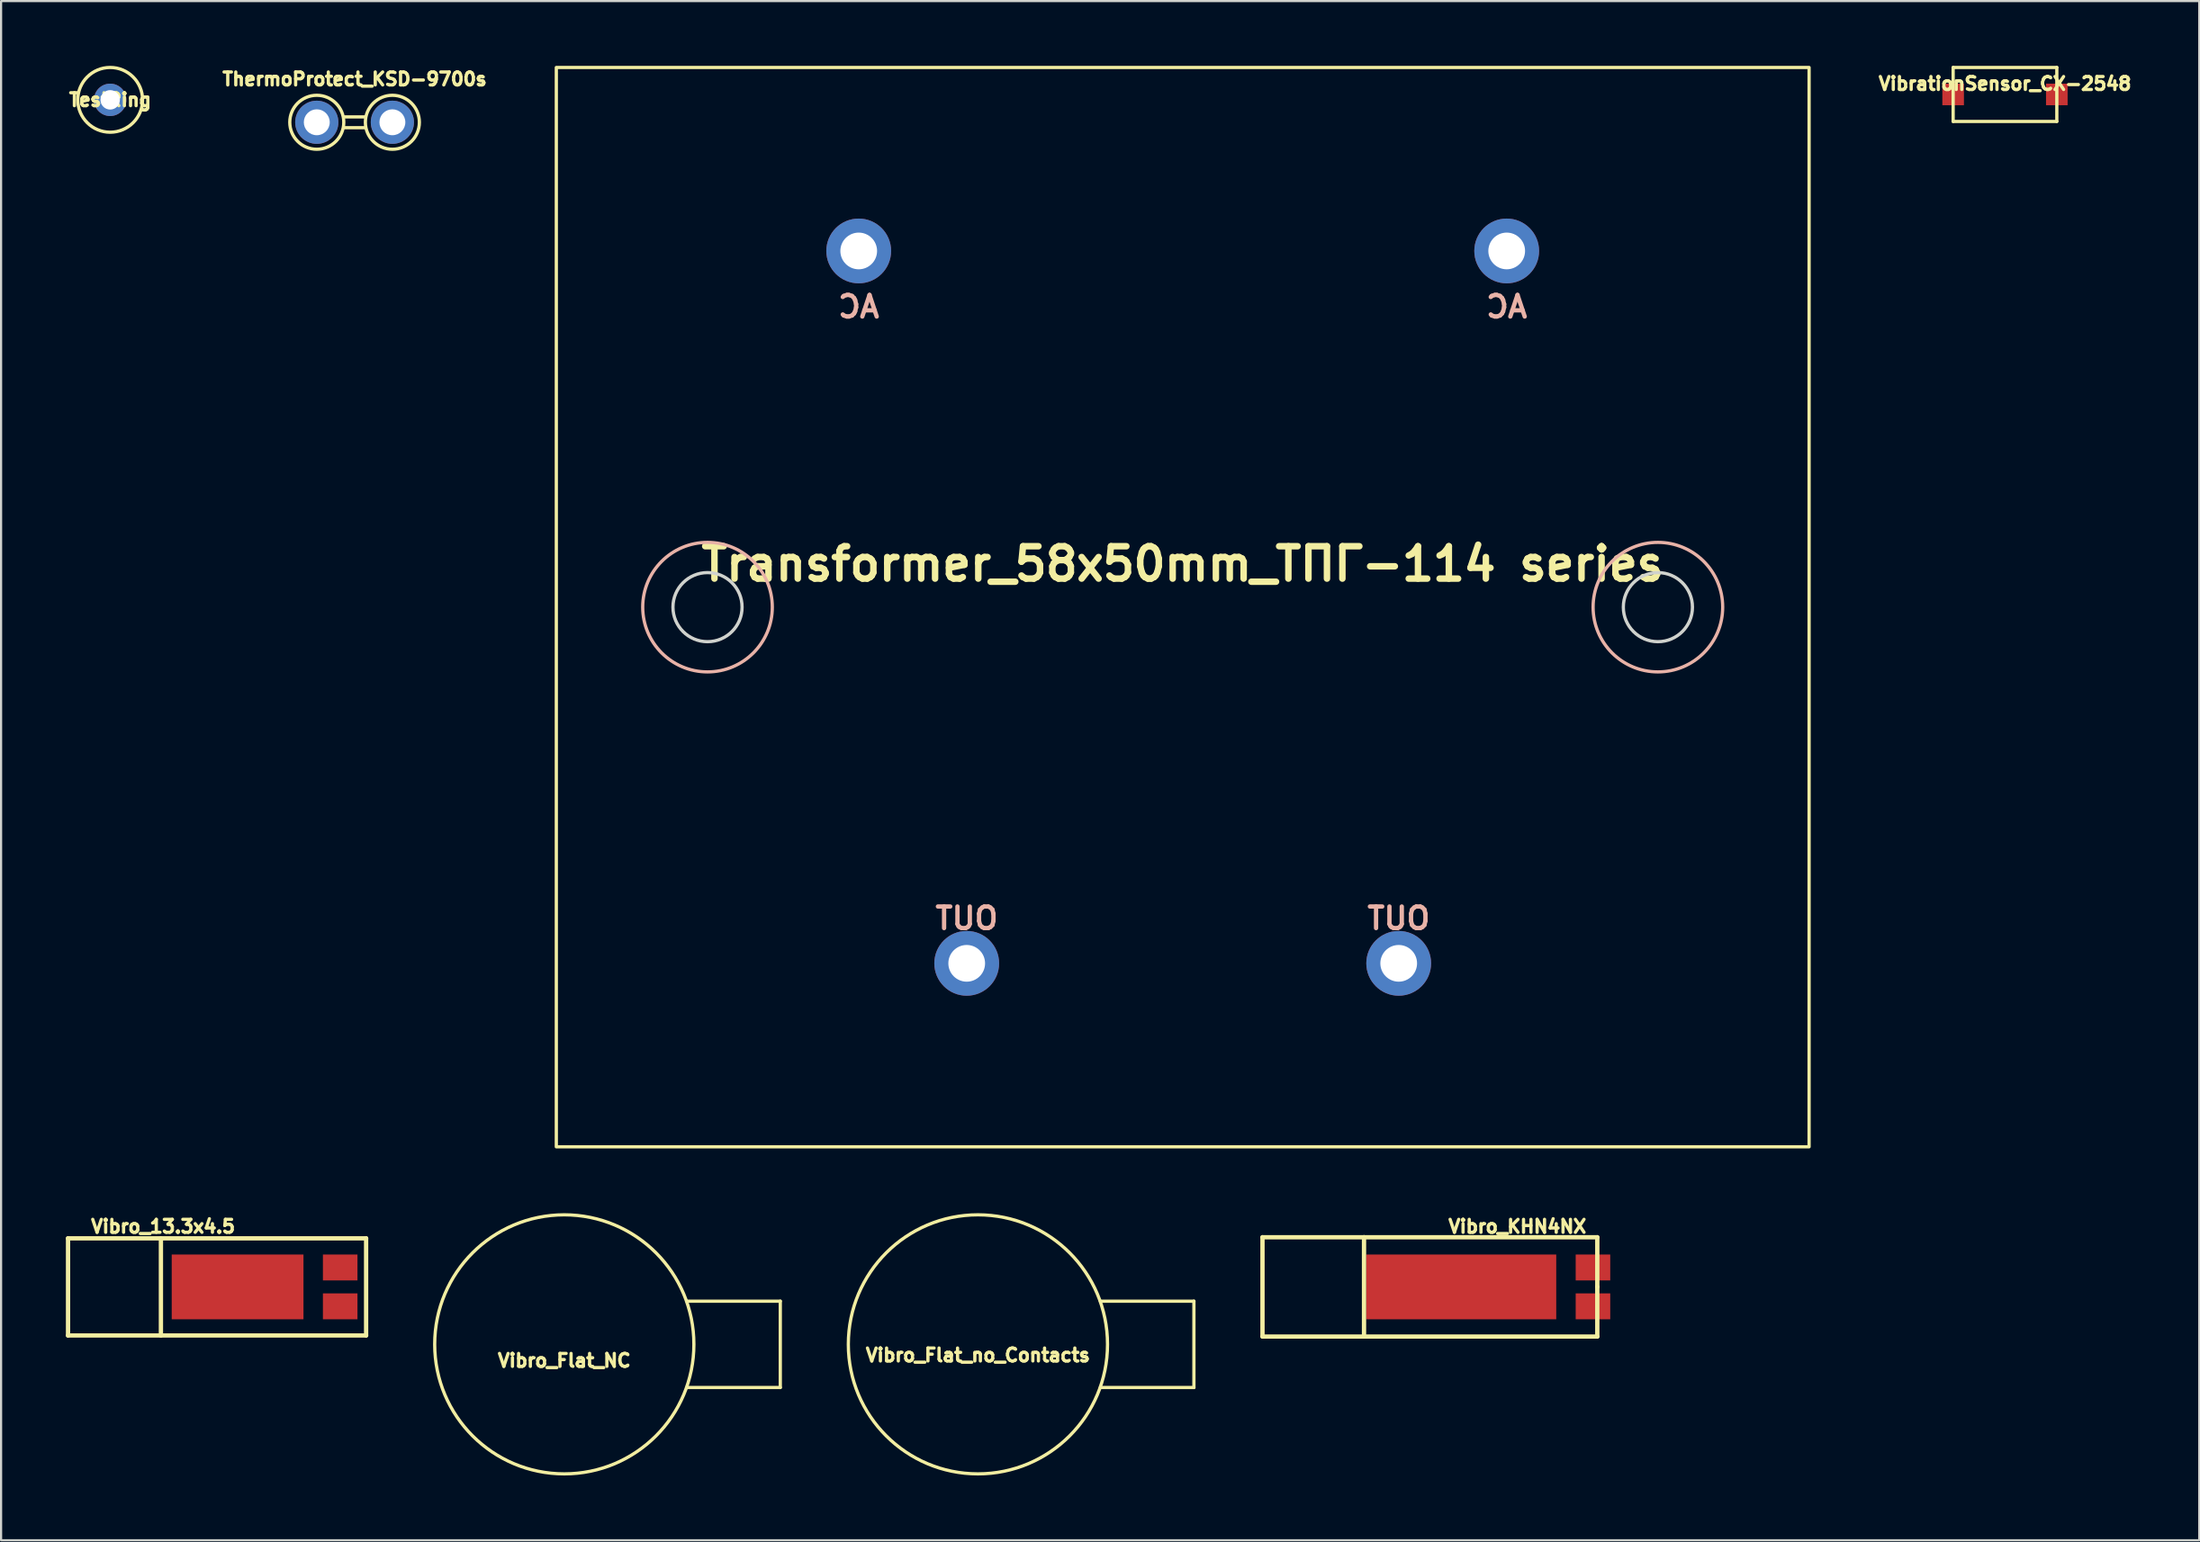
<source format=kicad_pcb>
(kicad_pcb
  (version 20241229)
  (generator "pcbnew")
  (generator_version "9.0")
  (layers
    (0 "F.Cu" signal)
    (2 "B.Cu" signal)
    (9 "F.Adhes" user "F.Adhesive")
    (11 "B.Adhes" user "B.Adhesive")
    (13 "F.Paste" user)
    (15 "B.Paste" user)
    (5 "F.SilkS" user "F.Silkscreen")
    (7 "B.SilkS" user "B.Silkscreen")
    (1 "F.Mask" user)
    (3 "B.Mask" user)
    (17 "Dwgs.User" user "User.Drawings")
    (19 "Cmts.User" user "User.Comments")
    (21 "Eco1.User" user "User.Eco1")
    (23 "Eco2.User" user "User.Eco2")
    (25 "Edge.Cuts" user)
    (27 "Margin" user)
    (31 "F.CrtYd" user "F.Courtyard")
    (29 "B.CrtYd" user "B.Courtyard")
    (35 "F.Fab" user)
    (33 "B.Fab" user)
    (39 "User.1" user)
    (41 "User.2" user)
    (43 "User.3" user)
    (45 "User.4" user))
  (footprint "Vibro_Flat_no_Contacts"
    (layer "F.Cu")
    (at 42.225 59.225)
    (property "Reference" "Vibro_Flat_no_Contacts" (at 0 0.5 0) (layer "F.SilkS") (effects (font (size 0.6 0.6) (thickness 0.15))))
    (attr through_hole)
    (fp_line (start 5.67 -2) (end 10 -2) (stroke (width 0.15) (type solid)) (layer "F.SilkS"))
    (fp_line (start 10 -2) (end 10 2) (stroke (width 0.15) (type solid)) (layer "F.SilkS"))
    (fp_line (start 10 2) (end 5.67 2) (stroke (width 0.15) (type solid)) (layer "F.SilkS"))
    (fp_circle (center 0 0) (end 6 0) (stroke (width 0.15) (type solid)) (fill no) (layer "F.SilkS")))
  (footprint "Vibro_Flat_NC"
    (layer "F.Cu")
    (at 23.075 59.225)
    (property "Reference" "Vibro_Flat_NC" (at 0 0.75 0) (layer "F.SilkS") (effects (font (size 0.6 0.6) (thickness 0.15))))
    (attr through_hole)
    (fp_line (start 5.67 -2) (end 10 -2) (stroke (width 0.15) (type solid)) (layer "F.SilkS"))
    (fp_line (start 10 -2) (end 10 2) (stroke (width 0.15) (type solid)) (layer "F.SilkS"))
    (fp_line (start 10 2) (end 5.67 2) (stroke (width 0.15) (type solid)) (layer "F.SilkS"))
    (fp_circle (center 0 0) (end 6 0) (stroke (width 0.15) (type solid)) (fill no) (layer "F.SilkS")))
  (footprint "ThermoProtect_KSD-9700s"
    (layer "F.Cu")
    (at 13.366 2.614)
    (property "Reference" "ThermoProtect_KSD-9700s" (at 0 -2 0) (layer "F.SilkS") (effects (font (size 0.6 0.6) (thickness 0.15))))
    (attr through_hole)
    (fp_line (start 0.5 -0.25) (end -0.5 -0.25) (stroke (width 0.15) (type solid)) (layer "F.SilkS"))
    (fp_line (start 0.5 0.25) (end -0.5 0.25) (stroke (width 0.15) (type solid)) (layer "F.SilkS"))
    (fp_circle (center -1.75 0) (end -0.5 0) (stroke (width 0.15) (type solid)) (fill no) (layer "F.SilkS"))
    (fp_circle (center 1.75 0) (end 3 0) (stroke (width 0.15) (type solid)) (fill no) (layer "F.SilkS"))
    (pad "1" thru_hole circle (at -1.75 0) (size 2 2) (drill 1.2) (layers "*.Cu" "*.Mask"))
    (pad "2" thru_hole circle (at 1.75 0) (size 2 2) (drill 1.2) (layers "*.Cu" "*.Mask")))
  (footprint "VibrationSensor_CX-2548"
    (layer "F.Cu")
    (at 89.775 1.325)
    (property "Reference" "VibrationSensor_CX-2548" (at 0 -0.5 180) (layer "F.SilkS") (effects (font (size 0.6 0.6) (thickness 0.15))))
    (attr through_hole)
    (fp_line (start -2.4 -1.25) (end -2.4 1.25) (stroke (width 0.15) (type solid)) (layer "F.SilkS"))
    (fp_line (start -2.4 1.25) (end 2.4 1.25) (stroke (width 0.15) (type solid)) (layer "F.SilkS"))
    (fp_line (start 2.4 -1.25) (end -2.4 -1.25) (stroke (width 0.15) (type solid)) (layer "F.SilkS"))
    (fp_line (start 2.4 1.25) (end 2.4 -1.25) (stroke (width 0.15) (type solid)) (layer "F.SilkS"))
    (pad "1" smd rect (at -2.4 0) (size 1 1) (layers "F.Cu" "F.Mask" "F.Paste"))
    (pad "2" smd rect (at 2.4 0) (size 1 1) (layers "F.Cu" "F.Mask" "F.Paste")))
  (footprint "Vibro_13.3x4.5"
    (layer "F.Cu")
    (at 12.9 56.564)
    (property "Reference" "Vibro_13.3x4.5" (at -8.4 -2.8 0) (layer "F.SilkS") (effects (font (size 0.6 0.6) (thickness 0.15))))
    (attr smd)
    (fp_line (start -12.8 -2.25) (end 1 -2.25) (stroke (width 0.2) (type solid)) (layer "F.SilkS"))
    (fp_line (start -12.8 2.25) (end -12.8 -2.25) (stroke (width 0.2) (type solid)) (layer "F.SilkS"))
    (fp_line (start -8.5 2.25) (end -8.5 -2.25) (stroke (width 0.2) (type solid)) (layer "F.SilkS"))
    (fp_line (start 1 -2.25) (end 1 2.25) (stroke (width 0.2) (type solid)) (layer "F.SilkS"))
    (fp_line (start 1 2.25) (end -12.8 2.25) (stroke (width 0.2) (type solid)) (layer "F.SilkS"))
    (pad "1" smd rect (at -0.2 -0.9) (size 1.6 1.2) (layers "F.Cu" "F.Mask" "F.Paste"))
    (pad "2" smd rect (at -0.2 0.9) (size 1.6 1.2) (layers "F.Cu" "F.Mask" "F.Paste"))
    (pad "H" smd rect (at -4.95 0) (size 6.1 3) (layers "F.Cu" "F.Mask" "F.Paste")))
  (footprint "Vibro_KHN4NX"
    (layer "F.Cu")
    (at 70.9 56.564)
    (property "Reference" "Vibro_KHN4NX" (at -3.7 -2.8 0) (layer "F.SilkS") (effects (font (size 0.6 0.6) (thickness 0.15))))
    (attr smd)
    (fp_line (start -15.5 -2.3) (end -10.8 -2.3) (stroke (width 0.2) (type solid)) (layer "F.SilkS"))
    (fp_line (start -15.5 2.3) (end -15.5 -2.3) (stroke (width 0.2) (type solid)) (layer "F.SilkS"))
    (fp_line (start -10.8 -2.3) (end 0 -2.3) (stroke (width 0.2) (type solid)) (layer "F.SilkS"))
    (fp_line (start -10.8 2.3) (end -15.5 2.3) (stroke (width 0.2) (type solid)) (layer "F.SilkS"))
    (fp_line (start -10.8 2.3) (end -10.8 -2.3) (stroke (width 0.2) (type solid)) (layer "F.SilkS"))
    (fp_line (start 0 -2.3) (end 0 0) (stroke (width 0.2) (type solid)) (layer "F.SilkS"))
    (fp_line (start 0 0) (end 0 2.3) (stroke (width 0.2) (type solid)) (layer "F.SilkS"))
    (fp_line (start 0 2.3) (end -10.8 2.3) (stroke (width 0.2) (type solid)) (layer "F.SilkS"))
    (pad "1" smd rect (at -0.2 -0.9) (size 1.6 1.2) (layers "F.Cu" "F.Mask" "F.Paste"))
    (pad "2" smd rect (at -0.2 0.9) (size 1.6 1.2) (layers "F.Cu" "F.Mask" "F.Paste"))
    (pad "H" smd rect (at -6.3 0) (size 8.8 3) (layers "F.Cu" "F.Mask" "F.Paste")))
  (footprint "Transformer_58x50mm_ТПГ-114 series"
    (layer "F.Cu")
    (at 51.706 25.075)
    (property "Reference" "Transformer_58x50mm_ТПГ-114 series" (at 0 -2 0) (layer "F.SilkS") (effects (font (size 1.5 1.5) (thickness 0.3) (bold yes))))
    (attr through_hole)
    (fp_rect (start -29 -25) (end 29 25) (stroke (width 0.15) (type default)) (fill no) (layer "F.SilkS"))
    (fp_circle (center -22 0) (end -19 0) (stroke (width 0.15) (type solid)) (fill no) (layer "B.SilkS"))
    (fp_circle (center 22 0) (end 25 0) (stroke (width 0.15) (type solid)) (fill no) (layer "B.SilkS"))
    (fp_circle (center -22 0) (end -20.4 0) (stroke (width 0.15) (type default)) (fill no) (layer "Edge.Cuts"))
    (fp_circle (center 22 0) (end 23.6 0) (stroke (width 0.15) (type default)) (fill no) (layer "Edge.Cuts"))
    (fp_text user "OUT" (at -10 15 0) (unlocked yes) (layer "B.SilkS") (effects (font (size 1 1) (thickness 0.2) (bold yes)) (justify bottom mirror)))
    (fp_text user "AC" (at 15 -14.5 0) (unlocked yes) (layer "B.SilkS") (effects (font (size 1 1) (thickness 0.2) (bold yes)) (justify top mirror)))
    (fp_text user "AC" (at -15 -14.5 0) (unlocked yes) (layer "B.SilkS") (effects (font (size 1 1) (thickness 0.2) (bold yes)) (justify top mirror)))
    (fp_text user "OUT" (at 10 15 0) (unlocked yes) (layer "B.SilkS") (effects (font (size 1 1) (thickness 0.2) (bold yes)) (justify bottom mirror)))
    (pad "1" thru_hole circle (at -15 -16.5) (size 3 3) (drill 1.7) (layers "*.Cu" "*.Mask"))
    (pad "2" thru_hole circle (at 15 -16.5) (size 3 3) (drill 1.7) (layers "*.Cu" "*.Mask"))
    (pad "3" thru_hole circle (at -10 16.5) (size 3 3) (drill 1.7) (layers "*.Cu" "*.Mask"))
    (pad "4" thru_hole circle (at 10 16.5) (size 3 3) (drill 1.7) (layers "*.Cu" "*.Mask")))
  (footprint "TestRing"
    (layer "F.Cu")
    (at 2.051 1.575)
    (property "Reference" "TestRing" (at 0 0 0) (layer "F.SilkS") (effects (font (size 0.6 0.6) (thickness 0.15))))
    (attr through_hole)
    (fp_circle (center 0 0) (end 1.5 0) (stroke (width 0.15) (type solid)) (fill no) (layer "F.SilkS"))
    (pad "1" thru_hole circle (at 0 0) (size 1.5 1.5) (drill 0.9) (layers "*.Cu" "*.Mask")))
  (gr_rect
    (start -3 -3)
    (end 98.769 68.3)
    (stroke (width 0.1) (type default))
    (fill no)
    (layer "Edge.Cuts")))
</source>
